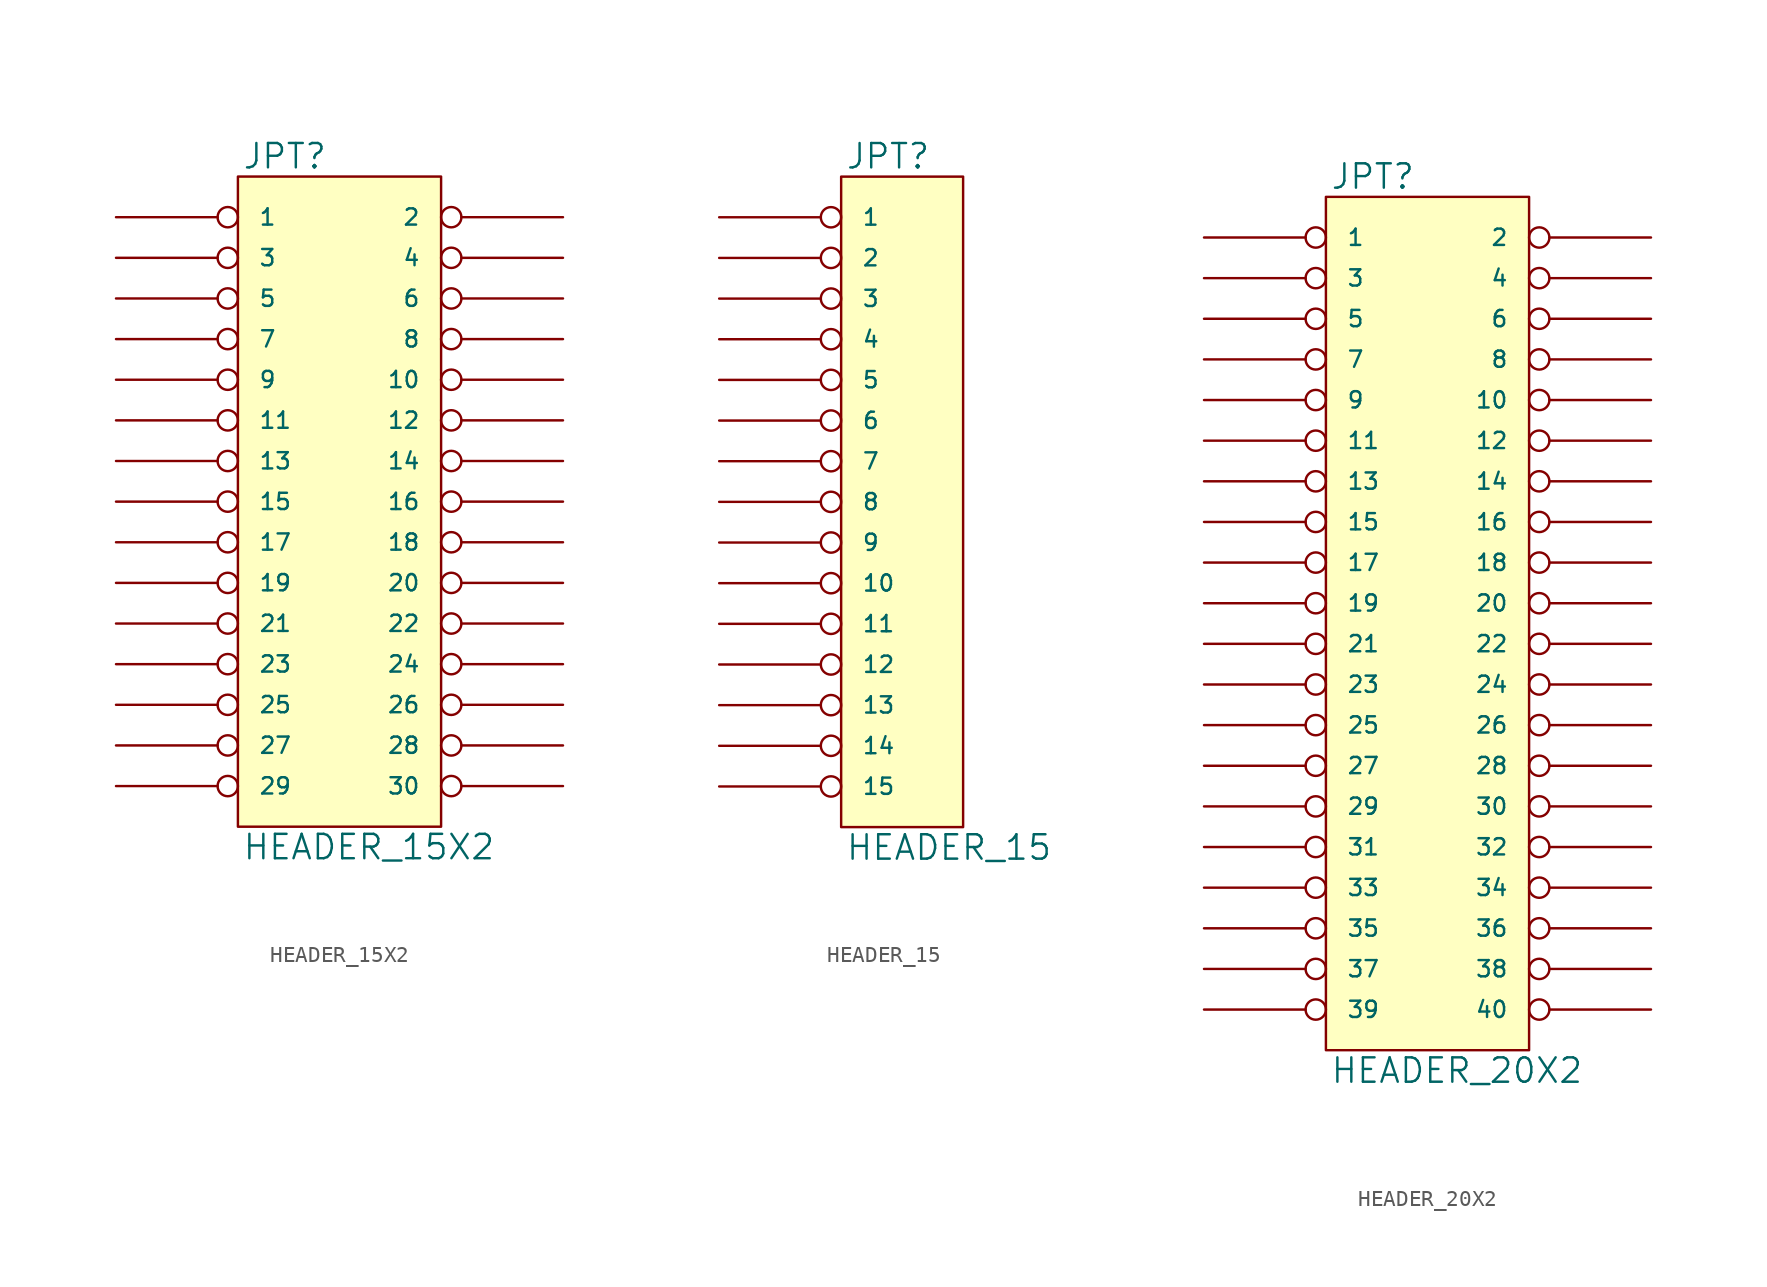
<source format=kicad_sym>
(kicad_symbol_lib
  (version 20231120)
  (generator "kicad_symbol_editor")
  (generator_version "8.0")
  (symbol "HEADER_15X2"
    (pin_names
      (offset 1.27))
    (property "Reference" "JPT"
      (at 0.254 0.381 0)
      (effects (font (size 1.524 1.524)) (justify left bottom)))
    (property "Value" "HEADER_15X2"
      (at 0.254 -41.021 0)
      (effects (font (size 1.524 1.524)) (justify left top)))
    (symbol "HEADER_15X2_0_1"
      (rectangle (start 0 0) (end 12.7 -40.64) (stroke (width 0) (type solid)) (fill (type background))))
    (symbol "HEADER_15X2_1_1"
      (pin passive inverted (at -7.62 -2.54 0) (length 7.62) (name "1" (effects (font (size 1.016 1.016)))) (number "~" (effects (font (size 1.27 1.27)))))
      (pin passive inverted (at 20.32 -12.7 180) (length 7.62) (name "10" (effects (font (size 1.016 1.016)))) (number "~" (effects (font (size 1.27 1.27)))))
      (pin passive inverted (at -7.62 -15.24 0) (length 7.62) (name "11" (effects (font (size 1.016 1.016)))) (number "~" (effects (font (size 1.27 1.27)))))
      (pin passive inverted (at 20.32 -15.24 180) (length 7.62) (name "12" (effects (font (size 1.016 1.016)))) (number "~" (effects (font (size 1.27 1.27)))))
      (pin passive inverted (at -7.62 -17.78 0) (length 7.62) (name "13" (effects (font (size 1.016 1.016)))) (number "~" (effects (font (size 1.27 1.27)))))
      (pin passive inverted (at 20.32 -17.78 180) (length 7.62) (name "14" (effects (font (size 1.016 1.016)))) (number "~" (effects (font (size 1.27 1.27)))))
      (pin passive inverted (at -7.62 -20.32 0) (length 7.62) (name "15" (effects (font (size 1.016 1.016)))) (number "~" (effects (font (size 1.27 1.27)))))
      (pin passive inverted (at 20.32 -20.32 180) (length 7.62) (name "16" (effects (font (size 1.016 1.016)))) (number "~" (effects (font (size 1.27 1.27)))))
      (pin passive inverted (at -7.62 -22.86 0) (length 7.62) (name "17" (effects (font (size 1.016 1.016)))) (number "~" (effects (font (size 1.27 1.27)))))
      (pin passive inverted (at 20.32 -22.86 180) (length 7.62) (name "18" (effects (font (size 1.016 1.016)))) (number "~" (effects (font (size 1.27 1.27)))))
      (pin passive inverted (at -7.62 -25.4 0) (length 7.62) (name "19" (effects (font (size 1.016 1.016)))) (number "~" (effects (font (size 1.27 1.27)))))
      (pin passive inverted (at 20.32 -2.54 180) (length 7.62) (name "2" (effects (font (size 1.016 1.016)))) (number "~" (effects (font (size 1.27 1.27)))))
      (pin passive inverted (at 20.32 -25.4 180) (length 7.62) (name "20" (effects (font (size 1.016 1.016)))) (number "~" (effects (font (size 1.27 1.27)))))
      (pin passive inverted (at -7.62 -27.94 0) (length 7.62) (name "21" (effects (font (size 1.016 1.016)))) (number "~" (effects (font (size 1.27 1.27)))))
      (pin passive inverted (at 20.32 -27.94 180) (length 7.62) (name "22" (effects (font (size 1.016 1.016)))) (number "~" (effects (font (size 1.27 1.27)))))
      (pin passive inverted (at -7.62 -30.48 0) (length 7.62) (name "23" (effects (font (size 1.016 1.016)))) (number "~" (effects (font (size 1.27 1.27)))))
      (pin passive inverted (at 20.32 -30.48 180) (length 7.62) (name "24" (effects (font (size 1.016 1.016)))) (number "~" (effects (font (size 1.27 1.27)))))
      (pin passive inverted (at -7.62 -33.02 0) (length 7.62) (name "25" (effects (font (size 1.016 1.016)))) (number "~" (effects (font (size 1.27 1.27)))))
      (pin passive inverted (at 20.32 -33.02 180) (length 7.62) (name "26" (effects (font (size 1.016 1.016)))) (number "~" (effects (font (size 1.27 1.27)))))
      (pin passive inverted (at -7.62 -35.56 0) (length 7.62) (name "27" (effects (font (size 1.016 1.016)))) (number "~" (effects (font (size 1.27 1.27)))))
      (pin passive inverted (at 20.32 -35.56 180) (length 7.62) (name "28" (effects (font (size 1.016 1.016)))) (number "~" (effects (font (size 1.27 1.27)))))
      (pin passive inverted (at -7.62 -38.1 0) (length 7.62) (name "29" (effects (font (size 1.016 1.016)))) (number "~" (effects (font (size 1.27 1.27)))))
      (pin passive inverted (at -7.62 -5.08 0) (length 7.62) (name "3" (effects (font (size 1.016 1.016)))) (number "~" (effects (font (size 1.27 1.27)))))
      (pin passive inverted (at 20.32 -38.1 180) (length 7.62) (name "30" (effects (font (size 1.016 1.016)))) (number "~" (effects (font (size 1.27 1.27)))))
      (pin passive inverted (at 20.32 -5.08 180) (length 7.62) (name "4" (effects (font (size 1.016 1.016)))) (number "~" (effects (font (size 1.27 1.27)))))
      (pin passive inverted (at -7.62 -7.62 0) (length 7.62) (name "5" (effects (font (size 1.016 1.016)))) (number "~" (effects (font (size 1.27 1.27)))))
      (pin passive inverted (at 20.32 -7.62 180) (length 7.62) (name "6" (effects (font (size 1.016 1.016)))) (number "~" (effects (font (size 1.27 1.27)))))
      (pin passive inverted (at -7.62 -10.16 0) (length 7.62) (name "7" (effects (font (size 1.016 1.016)))) (number "~" (effects (font (size 1.27 1.27)))))
      (pin passive inverted (at 20.32 -10.16 180) (length 7.62) (name "8" (effects (font (size 1.016 1.016)))) (number "~" (effects (font (size 1.27 1.27)))))
      (pin passive inverted (at -7.62 -12.7 0) (length 7.62) (name "9" (effects (font (size 1.016 1.016)))) (number "~" (effects (font (size 1.27 1.27)))))))
  (symbol "HEADER_15"
    (pin_names
      (offset 1.27))
    (property "Reference" "JPT"
      (at 0.254 0.381 0)
      (effects (font (size 1.524 1.524)) (justify left bottom)))
    (property "Value" "HEADER_15"
      (at 0.254 -41.021 0)
      (effects (font (size 1.524 1.524)) (justify left top)))
    (symbol "HEADER_15_0_1"
      (rectangle (start 0 0) (end 7.62 -40.64) (stroke (width 0) (type solid)) (fill (type background))))
    (symbol "HEADER_15_1_1"
      (pin passive inverted (at -7.62 -2.54 0) (length 7.62) (name "1" (effects (font (size 1.016 1.016)))) (number "~" (effects (font (size 1.27 1.27)))))
      (pin passive inverted (at -7.62 -25.4 0) (length 7.62) (name "10" (effects (font (size 1.016 1.016)))) (number "~" (effects (font (size 1.27 1.27)))))
      (pin passive inverted (at -7.62 -27.94 0) (length 7.62) (name "11" (effects (font (size 1.016 1.016)))) (number "~" (effects (font (size 1.27 1.27)))))
      (pin passive inverted (at -7.62 -30.48 0) (length 7.62) (name "12" (effects (font (size 1.016 1.016)))) (number "~" (effects (font (size 1.27 1.27)))))
      (pin passive inverted (at -7.62 -33.02 0) (length 7.62) (name "13" (effects (font (size 1.016 1.016)))) (number "~" (effects (font (size 1.27 1.27)))))
      (pin passive inverted (at -7.62 -35.56 0) (length 7.62) (name "14" (effects (font (size 1.016 1.016)))) (number "~" (effects (font (size 1.27 1.27)))))
      (pin passive inverted (at -7.62 -38.1 0) (length 7.62) (name "15" (effects (font (size 1.016 1.016)))) (number "~" (effects (font (size 1.27 1.27)))))
      (pin passive inverted (at -7.62 -5.08 0) (length 7.62) (name "2" (effects (font (size 1.016 1.016)))) (number "~" (effects (font (size 1.27 1.27)))))
      (pin passive inverted (at -7.62 -7.62 0) (length 7.62) (name "3" (effects (font (size 1.016 1.016)))) (number "~" (effects (font (size 1.27 1.27)))))
      (pin passive inverted (at -7.62 -10.16 0) (length 7.62) (name "4" (effects (font (size 1.016 1.016)))) (number "~" (effects (font (size 1.27 1.27)))))
      (pin passive inverted (at -7.62 -12.7 0) (length 7.62) (name "5" (effects (font (size 1.016 1.016)))) (number "~" (effects (font (size 1.27 1.27)))))
      (pin passive inverted (at -7.62 -15.24 0) (length 7.62) (name "6" (effects (font (size 1.016 1.016)))) (number "~" (effects (font (size 1.27 1.27)))))
      (pin passive inverted (at -7.62 -17.78 0) (length 7.62) (name "7" (effects (font (size 1.016 1.016)))) (number "~" (effects (font (size 1.27 1.27)))))
      (pin passive inverted (at -7.62 -20.32 0) (length 7.62) (name "8" (effects (font (size 1.016 1.016)))) (number "~" (effects (font (size 1.27 1.27)))))
      (pin passive inverted (at -7.62 -22.86 0) (length 7.62) (name "9" (effects (font (size 1.016 1.016)))) (number "~" (effects (font (size 1.27 1.27)))))))
  (symbol "HEADER_20X2"
    (pin_names
      (offset 1.27))
    (property "Reference" "JPT"
      (at 0.254 0.381 0)
      (effects (font (size 1.524 1.524)) (justify left bottom)))
    (property "Value" "HEADER_20X2"
      (at 0.254 -53.721 0)
      (effects (font (size 1.524 1.524)) (justify left top)))
    (symbol "HEADER_20X2_0_1"
      (rectangle (start 0 0) (end 12.7 -53.34) (stroke (width 0) (type solid)) (fill (type background))))
    (symbol "HEADER_20X2_1_1"
      (pin passive inverted (at -7.62 -2.54 0) (length 7.62) (name "1" (effects (font (size 1.016 1.016)))) (number "~" (effects (font (size 1.27 1.27)))))
      (pin passive inverted (at 20.32 -12.7 180) (length 7.62) (name "10" (effects (font (size 1.016 1.016)))) (number "~" (effects (font (size 1.27 1.27)))))
      (pin passive inverted (at -7.62 -15.24 0) (length 7.62) (name "11" (effects (font (size 1.016 1.016)))) (number "~" (effects (font (size 1.27 1.27)))))
      (pin passive inverted (at 20.32 -15.24 180) (length 7.62) (name "12" (effects (font (size 1.016 1.016)))) (number "~" (effects (font (size 1.27 1.27)))))
      (pin passive inverted (at -7.62 -17.78 0) (length 7.62) (name "13" (effects (font (size 1.016 1.016)))) (number "~" (effects (font (size 1.27 1.27)))))
      (pin passive inverted (at 20.32 -17.78 180) (length 7.62) (name "14" (effects (font (size 1.016 1.016)))) (number "~" (effects (font (size 1.27 1.27)))))
      (pin passive inverted (at -7.62 -20.32 0) (length 7.62) (name "15" (effects (font (size 1.016 1.016)))) (number "~" (effects (font (size 1.27 1.27)))))
      (pin passive inverted (at 20.32 -20.32 180) (length 7.62) (name "16" (effects (font (size 1.016 1.016)))) (number "~" (effects (font (size 1.27 1.27)))))
      (pin passive inverted (at -7.62 -22.86 0) (length 7.62) (name "17" (effects (font (size 1.016 1.016)))) (number "~" (effects (font (size 1.27 1.27)))))
      (pin passive inverted (at 20.32 -22.86 180) (length 7.62) (name "18" (effects (font (size 1.016 1.016)))) (number "~" (effects (font (size 1.27 1.27)))))
      (pin passive inverted (at -7.62 -25.4 0) (length 7.62) (name "19" (effects (font (size 1.016 1.016)))) (number "~" (effects (font (size 1.27 1.27)))))
      (pin passive inverted (at 20.32 -2.54 180) (length 7.62) (name "2" (effects (font (size 1.016 1.016)))) (number "~" (effects (font (size 1.27 1.27)))))
      (pin passive inverted (at 20.32 -25.4 180) (length 7.62) (name "20" (effects (font (size 1.016 1.016)))) (number "~" (effects (font (size 1.27 1.27)))))
      (pin passive inverted (at -7.62 -27.94 0) (length 7.62) (name "21" (effects (font (size 1.016 1.016)))) (number "~" (effects (font (size 1.27 1.27)))))
      (pin passive inverted (at 20.32 -27.94 180) (length 7.62) (name "22" (effects (font (size 1.016 1.016)))) (number "~" (effects (font (size 1.27 1.27)))))
      (pin passive inverted (at -7.62 -30.48 0) (length 7.62) (name "23" (effects (font (size 1.016 1.016)))) (number "~" (effects (font (size 1.27 1.27)))))
      (pin passive inverted (at 20.32 -30.48 180) (length 7.62) (name "24" (effects (font (size 1.016 1.016)))) (number "~" (effects (font (size 1.27 1.27)))))
      (pin passive inverted (at -7.62 -33.02 0) (length 7.62) (name "25" (effects (font (size 1.016 1.016)))) (number "~" (effects (font (size 1.27 1.27)))))
      (pin passive inverted (at 20.32 -33.02 180) (length 7.62) (name "26" (effects (font (size 1.016 1.016)))) (number "~" (effects (font (size 1.27 1.27)))))
      (pin passive inverted (at -7.62 -35.56 0) (length 7.62) (name "27" (effects (font (size 1.016 1.016)))) (number "~" (effects (font (size 1.27 1.27)))))
      (pin passive inverted (at 20.32 -35.56 180) (length 7.62) (name "28" (effects (font (size 1.016 1.016)))) (number "~" (effects (font (size 1.27 1.27)))))
      (pin passive inverted (at -7.62 -38.1 0) (length 7.62) (name "29" (effects (font (size 1.016 1.016)))) (number "~" (effects (font (size 1.27 1.27)))))
      (pin passive inverted (at -7.62 -5.08 0) (length 7.62) (name "3" (effects (font (size 1.016 1.016)))) (number "~" (effects (font (size 1.27 1.27)))))
      (pin passive inverted (at 20.32 -38.1 180) (length 7.62) (name "30" (effects (font (size 1.016 1.016)))) (number "~" (effects (font (size 1.27 1.27)))))
      (pin passive inverted (at -7.62 -40.64 0) (length 7.62) (name "31" (effects (font (size 1.016 1.016)))) (number "~" (effects (font (size 1.27 1.27)))))
      (pin passive inverted (at 20.32 -40.64 180) (length 7.62) (name "32" (effects (font (size 1.016 1.016)))) (number "~" (effects (font (size 1.27 1.27)))))
      (pin passive inverted (at -7.62 -43.18 0) (length 7.62) (name "33" (effects (font (size 1.016 1.016)))) (number "~" (effects (font (size 1.27 1.27)))))
      (pin passive inverted (at 20.32 -43.18 180) (length 7.62) (name "34" (effects (font (size 1.016 1.016)))) (number "~" (effects (font (size 1.27 1.27)))))
      (pin passive inverted (at -7.62 -45.72 0) (length 7.62) (name "35" (effects (font (size 1.016 1.016)))) (number "~" (effects (font (size 1.27 1.27)))))
      (pin passive inverted (at 20.32 -45.72 180) (length 7.62) (name "36" (effects (font (size 1.016 1.016)))) (number "~" (effects (font (size 1.27 1.27)))))
      (pin passive inverted (at -7.62 -48.26 0) (length 7.62) (name "37" (effects (font (size 1.016 1.016)))) (number "~" (effects (font (size 1.27 1.27)))))
      (pin passive inverted (at 20.32 -48.26 180) (length 7.62) (name "38" (effects (font (size 1.016 1.016)))) (number "~" (effects (font (size 1.27 1.27)))))
      (pin passive inverted (at -7.62 -50.8 0) (length 7.62) (name "39" (effects (font (size 1.016 1.016)))) (number "~" (effects (font (size 1.27 1.27)))))
      (pin passive inverted (at 20.32 -5.08 180) (length 7.62) (name "4" (effects (font (size 1.016 1.016)))) (number "~" (effects (font (size 1.27 1.27)))))
      (pin passive inverted (at 20.32 -50.8 180) (length 7.62) (name "40" (effects (font (size 1.016 1.016)))) (number "~" (effects (font (size 1.27 1.27)))))
      (pin passive inverted (at -7.62 -7.62 0) (length 7.62) (name "5" (effects (font (size 1.016 1.016)))) (number "~" (effects (font (size 1.27 1.27)))))
      (pin passive inverted (at 20.32 -7.62 180) (length 7.62) (name "6" (effects (font (size 1.016 1.016)))) (number "~" (effects (font (size 1.27 1.27)))))
      (pin passive inverted (at -7.62 -10.16 0) (length 7.62) (name "7" (effects (font (size 1.016 1.016)))) (number "~" (effects (font (size 1.27 1.27)))))
      (pin passive inverted (at 20.32 -10.16 180) (length 7.62) (name "8" (effects (font (size 1.016 1.016)))) (number "~" (effects (font (size 1.27 1.27)))))
      (pin passive inverted (at -7.62 -12.7 0) (length 7.62) (name "9" (effects (font (size 1.016 1.016)))) (number "~" (effects (font (size 1.27 1.27))))))))
</source>
